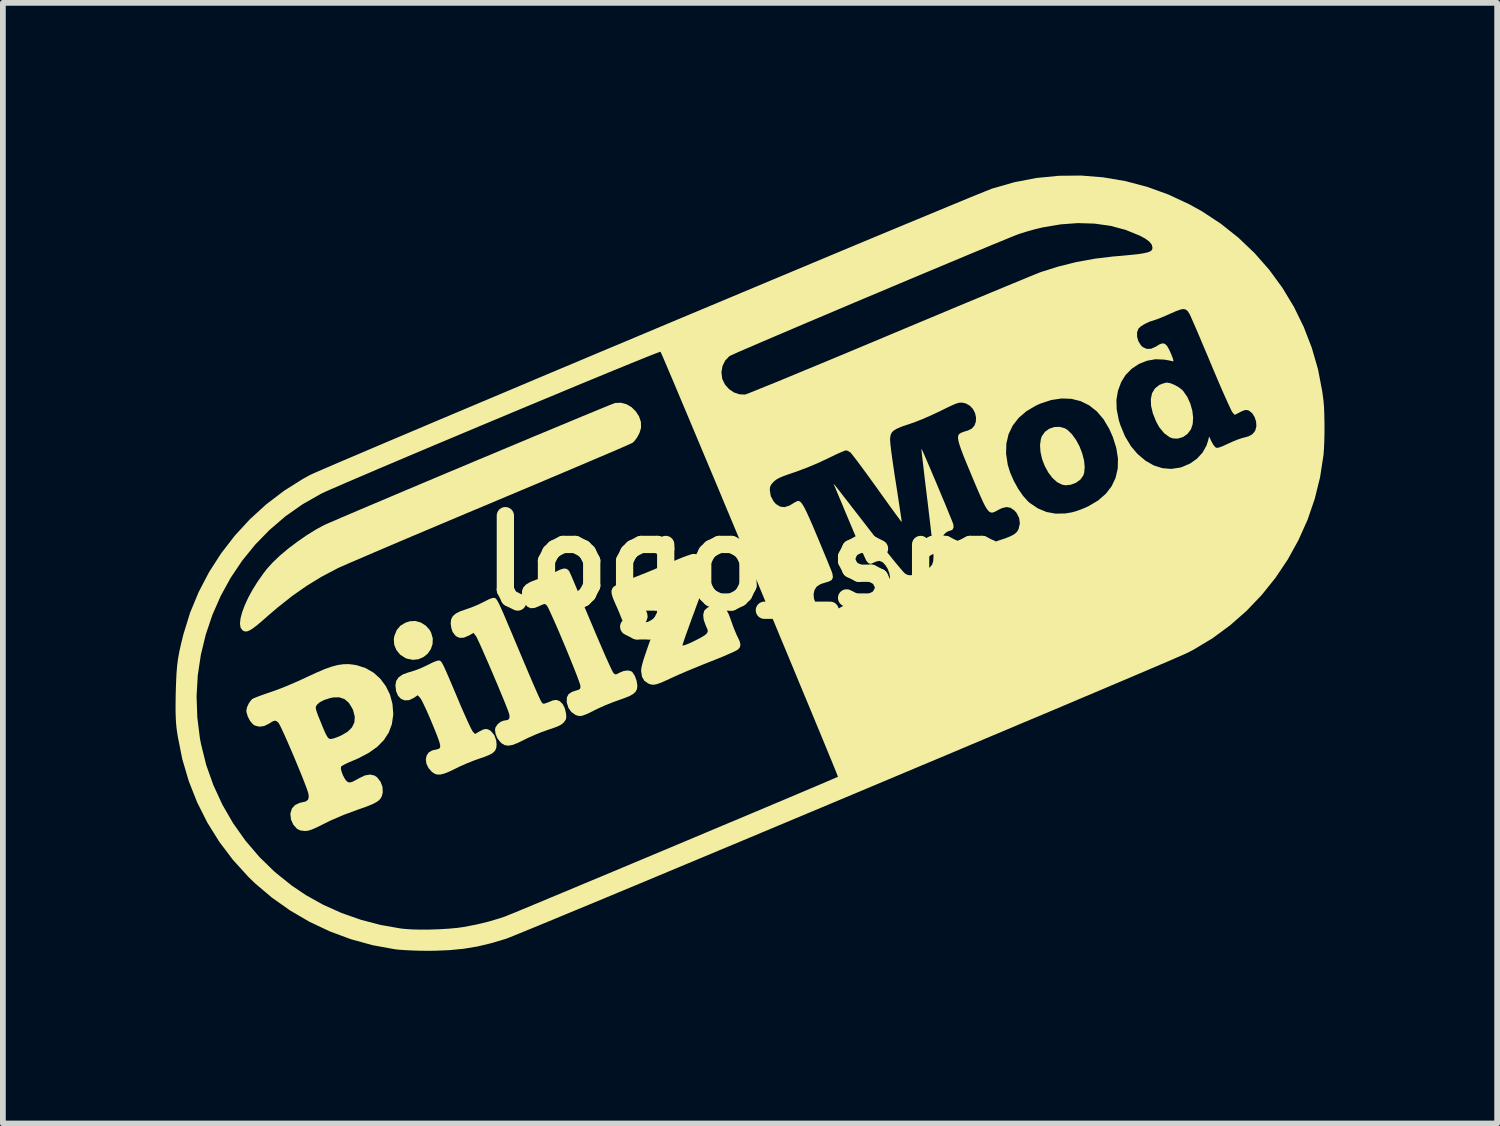
<source format=kicad_pcb>
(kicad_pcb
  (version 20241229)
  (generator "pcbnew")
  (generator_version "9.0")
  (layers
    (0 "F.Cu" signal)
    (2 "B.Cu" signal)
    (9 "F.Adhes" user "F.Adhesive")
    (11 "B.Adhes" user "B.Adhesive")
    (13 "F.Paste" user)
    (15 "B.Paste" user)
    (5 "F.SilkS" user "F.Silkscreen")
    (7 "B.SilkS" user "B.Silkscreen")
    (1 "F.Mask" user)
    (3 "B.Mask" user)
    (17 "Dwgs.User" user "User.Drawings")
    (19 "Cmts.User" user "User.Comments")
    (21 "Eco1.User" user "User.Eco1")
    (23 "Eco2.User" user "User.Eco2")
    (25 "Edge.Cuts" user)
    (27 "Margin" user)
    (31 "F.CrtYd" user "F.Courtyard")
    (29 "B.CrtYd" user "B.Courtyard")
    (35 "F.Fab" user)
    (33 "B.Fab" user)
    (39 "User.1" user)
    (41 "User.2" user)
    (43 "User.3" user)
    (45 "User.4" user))
  (footprint "logo_sm"
    (layer "F.Cu")
    (at 9.98 6.731)
    (property "Reference" "logo_sm" (at 0 0 0) (layer "F.SilkS") (effects (font (size 1.5 1.5) (thickness 0.3))))
    (attr board_only exclude_from_pos_files exclude_from_bom)
    (fp_poly (pts (xy -5.718 1.035) (xy -5.633 1.088) (xy -5.566 1.162) (xy -5.54 1.21) (xy -5.511 1.312) (xy -5.515 1.41) (xy -5.546 1.499) (xy -5.6 1.576) (xy -5.673 1.635) (xy -5.759 1.672) (xy -5.856 1.683) (xy -5.957 1.663) (xy -5.988 1.651) (xy -6.078 1.593) (xy -6.143 1.513) (xy -6.181 1.42) (xy -6.188 1.32) (xy -6.179 1.27) (xy -6.138 1.166) (xy -6.074 1.09) (xy -5.984 1.036) (xy -5.906 1.012) (xy -5.812 1.008)) (stroke (width 0) (type solid)) (fill yes) (layer "F.SilkS"))
    (fp_poly (pts (xy 5.468 -2.341) (xy 5.515 -2.313) (xy 5.595 -2.235) (xy 5.666 -2.136) (xy 5.727 -2.022) (xy 5.773 -1.901) (xy 5.804 -1.78) (xy 5.815 -1.666) (xy 5.806 -1.566) (xy 5.788 -1.515) (xy 5.738 -1.447) (xy 5.663 -1.394) (xy 5.575 -1.36) (xy 5.483 -1.35) (xy 5.424 -1.36) (xy 5.336 -1.404) (xy 5.255 -1.477) (xy 5.182 -1.573) (xy 5.121 -1.685) (xy 5.075 -1.805) (xy 5.047 -1.929) (xy 5.039 -2.047) (xy 5.054 -2.155) (xy 5.071 -2.203) (xy 5.124 -2.278) (xy 5.198 -2.332) (xy 5.286 -2.362) (xy 5.379 -2.365)) (stroke (width 0) (type solid)) (fill yes) (layer "F.SilkS"))
    (fp_poly (pts (xy 7.307 -3.122) (xy 7.38 -3.092) (xy 7.453 -3.05) (xy 7.512 -3.003) (xy 7.527 -2.987) (xy 7.598 -2.884) (xy 7.651 -2.767) (xy 7.685 -2.644) (xy 7.699 -2.523) (xy 7.691 -2.411) (xy 7.66 -2.32) (xy 7.601 -2.243) (xy 7.525 -2.189) (xy 7.439 -2.162) (xy 7.352 -2.163) (xy 7.292 -2.184) (xy 7.195 -2.255) (xy 7.11 -2.359) (xy 7.057 -2.455) (xy 6.999 -2.6) (xy 6.968 -2.732) (xy 6.964 -2.85) (xy 6.986 -2.951) (xy 7.035 -3.032) (xy 7.109 -3.091) (xy 7.125 -3.099) (xy 7.182 -3.12) (xy 7.233 -3.133) (xy 7.247 -3.134)) (stroke (width 0) (type solid)) (fill yes) (layer "F.SilkS"))
    (fp_poly (pts (xy -5.397 1.695) (xy -5.385 1.699) (xy -5.373 1.707) (xy -5.36 1.722) (xy -5.345 1.746) (xy -5.326 1.782) (xy -5.301 1.835) (xy -5.269 1.907) (xy -5.228 2.001) (xy -5.177 2.121) (xy -5.114 2.27) (xy -5.08 2.351) (xy -5.024 2.484) (xy -4.97 2.607) (xy -4.921 2.717) (xy -4.879 2.809) (xy -4.845 2.878) (xy -4.822 2.92) (xy -4.815 2.93) (xy -4.777 2.971) (xy -4.7 2.926) (xy -4.632 2.892) (xy -4.58 2.883) (xy -4.533 2.899) (xy -4.502 2.92) (xy -4.444 2.988) (xy -4.41 3.079) (xy -4.402 3.158) (xy -4.408 3.214) (xy -4.428 3.26) (xy -4.467 3.299) (xy -4.53 3.335) (xy -4.62 3.371) (xy -4.697 3.397) (xy -4.798 3.433) (xy -4.914 3.479) (xy -5.03 3.53) (xy -5.112 3.57) (xy -5.224 3.624) (xy -5.312 3.659) (xy -5.38 3.676) (xy -5.436 3.676) (xy -5.484 3.659) (xy -5.527 3.629) (xy -5.586 3.562) (xy -5.621 3.489) (xy -5.632 3.414) (xy -5.618 3.346) (xy -5.582 3.292) (xy -5.522 3.257) (xy -5.503 3.252) (xy -5.437 3.238) (xy -5.4 3.225) (xy -5.384 3.207) (xy -5.382 3.179) (xy -5.385 3.155) (xy -5.396 3.113) (xy -5.419 3.046) (xy -5.452 2.96) (xy -5.491 2.862) (xy -5.535 2.757) (xy -5.58 2.651) (xy -5.624 2.552) (xy -5.665 2.464) (xy -5.699 2.395) (xy -5.725 2.351) (xy -5.733 2.34) (xy -5.774 2.298) (xy -5.842 2.345) (xy -5.923 2.383) (xy -5.998 2.387) (xy -6.063 2.361) (xy -6.114 2.307) (xy -6.148 2.228) (xy -6.16 2.128) (xy -6.147 2.05) (xy -6.106 1.988) (xy -6.035 1.938) (xy -5.932 1.9) (xy -5.903 1.893) (xy -5.827 1.869) (xy -5.734 1.834) (xy -5.641 1.792) (xy -5.601 1.772) (xy -5.509 1.727) (xy -5.441 1.7) (xy -5.401 1.694)) (stroke (width 0) (type solid)) (fill yes) (layer "F.SilkS"))
    (fp_poly (pts (xy -4.437 0.607) (xy -4.426 0.612) (xy -4.416 0.619) (xy -4.404 0.633) (xy -4.39 0.654) (xy -4.372 0.687) (xy -4.349 0.733) (xy -4.321 0.795) (xy -4.285 0.875) (xy -4.242 0.976) (xy -4.189 1.101) (xy -4.125 1.252) (xy -4.05 1.431) (xy -3.967 1.628) (xy -3.901 1.784) (xy -3.839 1.931) (xy -3.781 2.066) (xy -3.73 2.183) (xy -3.687 2.281) (xy -3.653 2.355) (xy -3.63 2.401) (xy -3.622 2.416) (xy -3.608 2.434) (xy -3.595 2.444) (xy -3.576 2.444) (xy -3.544 2.435) (xy -3.491 2.415) (xy -3.423 2.387) (xy -3.361 2.379) (xy -3.302 2.402) (xy -3.252 2.454) (xy -3.215 2.53) (xy -3.195 2.621) (xy -3.191 2.68) (xy -3.2 2.72) (xy -3.225 2.758) (xy -3.232 2.767) (xy -3.26 2.793) (xy -3.297 2.818) (xy -3.351 2.843) (xy -3.429 2.872) (xy -3.511 2.899) (xy -3.62 2.938) (xy -3.738 2.986) (xy -3.849 3.035) (xy -3.926 3.073) (xy -4.039 3.128) (xy -4.128 3.162) (xy -4.2 3.174) (xy -4.259 3.165) (xy -4.311 3.136) (xy -4.339 3.11) (xy -4.389 3.045) (xy -4.42 2.97) (xy -4.43 2.898) (xy -4.422 2.858) (xy -4.386 2.803) (xy -4.332 2.759) (xy -4.272 2.737) (xy -4.257 2.736) (xy -4.204 2.726) (xy -4.179 2.696) (xy -4.179 2.642) (xy -4.191 2.601) (xy -4.212 2.544) (xy -4.243 2.464) (xy -4.284 2.363) (xy -4.332 2.248) (xy -4.384 2.122) (xy -4.44 1.99) (xy -4.497 1.856) (xy -4.553 1.726) (xy -4.607 1.604) (xy -4.655 1.494) (xy -4.697 1.401) (xy -4.73 1.33) (xy -4.752 1.285) (xy -4.759 1.273) (xy -4.803 1.214) (xy -4.881 1.259) (xy -4.969 1.297) (xy -5.045 1.301) (xy -5.11 1.271) (xy -5.161 1.207) (xy -5.17 1.189) (xy -5.189 1.13) (xy -5.199 1.061) (xy -5.2 1.045) (xy -5.191 0.977) (xy -5.162 0.922) (xy -5.109 0.877) (xy -5.028 0.837) (xy -4.936 0.806) (xy -4.839 0.772) (xy -4.732 0.728) (xy -4.637 0.682) (xy -4.625 0.676) (xy -4.54 0.633) (xy -4.481 0.61) (xy -4.443 0.606)) (stroke (width 0) (type solid)) (fill yes) (layer "F.SilkS"))
    (fp_poly (pts (xy -3.187 0.101) (xy -3.151 0.129) (xy -3.129 0.167) (xy -3.116 0.196) (xy -3.091 0.254) (xy -3.055 0.338) (xy -3.01 0.446) (xy -2.956 0.572) (xy -2.896 0.715) (xy -2.83 0.871) (xy -2.761 1.035) (xy -2.754 1.051) (xy -2.685 1.215) (xy -2.619 1.369) (xy -2.558 1.511) (xy -2.503 1.637) (xy -2.455 1.743) (xy -2.417 1.826) (xy -2.389 1.882) (xy -2.374 1.909) (xy -2.373 1.91) (xy -2.35 1.931) (xy -2.329 1.936) (xy -2.298 1.923) (xy -2.267 1.906) (xy -2.192 1.876) (xy -2.121 1.867) (xy -2.064 1.881) (xy -2.042 1.898) (xy -2 1.963) (xy -1.97 2.046) (xy -1.957 2.129) (xy -1.957 2.136) (xy -1.963 2.19) (xy -1.986 2.235) (xy -2.028 2.275) (xy -2.095 2.313) (xy -2.191 2.351) (xy -2.275 2.38) (xy -2.384 2.42) (xy -2.507 2.469) (xy -2.626 2.522) (xy -2.698 2.557) (xy -2.793 2.605) (xy -2.864 2.636) (xy -2.916 2.654) (xy -2.958 2.659) (xy -2.995 2.653) (xy -3.036 2.638) (xy -3.036 2.637) (xy -3.104 2.589) (xy -3.155 2.516) (xy -3.182 2.427) (xy -3.184 2.412) (xy -3.181 2.335) (xy -3.152 2.279) (xy -3.094 2.24) (xy -3.034 2.22) (xy -2.981 2.204) (xy -2.955 2.189) (xy -2.946 2.164) (xy -2.946 2.135) (xy -2.954 2.105) (xy -2.974 2.046) (xy -3.005 1.962) (xy -3.045 1.86) (xy -3.092 1.742) (xy -3.144 1.614) (xy -3.199 1.48) (xy -3.256 1.345) (xy -3.312 1.212) (xy -3.366 1.087) (xy -3.416 0.975) (xy -3.459 0.879) (xy -3.494 0.803) (xy -3.52 0.754) (xy -3.532 0.736) (xy -3.552 0.718) (xy -3.572 0.713) (xy -3.602 0.722) (xy -3.653 0.745) (xy -3.664 0.751) (xy -3.747 0.782) (xy -3.811 0.786) (xy -3.864 0.762) (xy -3.895 0.729) (xy -3.939 0.652) (xy -3.961 0.563) (xy -3.96 0.483) (xy -3.938 0.424) (xy -3.891 0.374) (xy -3.817 0.33) (xy -3.712 0.289) (xy -3.682 0.28) (xy -3.588 0.247) (xy -3.487 0.206) (xy -3.398 0.164) (xy -3.388 0.158) (xy -3.3 0.116) (xy -3.235 0.096)) (stroke (width 0) (type solid)) (fill yes) (layer "F.SilkS"))
    (fp_poly (pts (xy -2.145 -2.758) (xy -2.057 -2.706) (xy -1.983 -2.633) (xy -1.927 -2.546) (xy -1.895 -2.45) (xy -1.893 -2.349) (xy -1.895 -2.34) (xy -1.919 -2.261) (xy -1.961 -2.181) (xy -2.011 -2.115) (xy -2.043 -2.087) (xy -2.065 -2.076) (xy -2.119 -2.052) (xy -2.202 -2.015) (xy -2.313 -1.967) (xy -2.45 -1.908) (xy -2.611 -1.84) (xy -2.794 -1.762) (xy -2.997 -1.676) (xy -3.218 -1.582) (xy -3.455 -1.482) (xy -3.707 -1.375) (xy -3.971 -1.264) (xy -4.245 -1.149) (xy -4.52 -1.033) (xy -4.807 -0.913) (xy -5.087 -0.795) (xy -5.359 -0.68) (xy -5.62 -0.57) (xy -5.869 -0.465) (xy -6.103 -0.366) (xy -6.32 -0.273) (xy -6.517 -0.189) (xy -6.694 -0.113) (xy -6.848 -0.047) (xy -6.976 0.008) (xy -7.076 0.052) (xy -7.148 0.084) (xy -7.183 0.101) (xy -7.449 0.242) (xy -7.702 0.397) (xy -7.951 0.571) (xy -8.202 0.77) (xy -8.361 0.905) (xy -8.472 1.003) (xy -8.561 1.078) (xy -8.631 1.132) (xy -8.686 1.167) (xy -8.729 1.186) (xy -8.763 1.191) (xy -8.794 1.183) (xy -8.818 1.168) (xy -8.85 1.124) (xy -8.861 1.055) (xy -8.852 0.966) (xy -8.824 0.859) (xy -8.779 0.738) (xy -8.719 0.606) (xy -8.644 0.468) (xy -8.556 0.327) (xy -8.457 0.186) (xy -8.394 0.104) (xy -8.294 -0.007) (xy -8.168 -0.127) (xy -8.022 -0.25) (xy -7.863 -0.37) (xy -7.698 -0.484) (xy -7.535 -0.585) (xy -7.408 -0.653) (xy -7.373 -0.67) (xy -7.307 -0.699) (xy -7.213 -0.739) (xy -7.094 -0.791) (xy -6.951 -0.852) (xy -6.786 -0.922) (xy -6.603 -1) (xy -6.403 -1.084) (xy -6.189 -1.175) (xy -5.962 -1.271) (xy -5.725 -1.371) (xy -5.481 -1.474) (xy -5.231 -1.579) (xy -4.978 -1.685) (xy -4.724 -1.792) (xy -4.472 -1.897) (xy -4.223 -2.002) (xy -3.98 -2.103) (xy -3.745 -2.202) (xy -3.52 -2.295) (xy -3.309 -2.383) (xy -3.112 -2.465) (xy -2.932 -2.54) (xy -2.772 -2.606) (xy -2.634 -2.663) (xy -2.519 -2.71) (xy -2.431 -2.746) (xy -2.371 -2.769) (xy -2.342 -2.78) (xy -2.341 -2.78) (xy -2.242 -2.784)) (stroke (width 0) (type solid)) (fill yes) (layer "F.SilkS"))
    (fp_poly (pts (xy -0.903 -0.15) (xy -0.831 -0.108) (xy -0.775 -0.036) (xy -0.769 -0.025) (xy -0.752 0.013) (xy -0.741 0.051) (xy -0.736 0.092) (xy -0.738 0.141) (xy -0.748 0.201) (xy -0.768 0.276) (xy -0.796 0.369) (xy -0.836 0.484) (xy -0.886 0.626) (xy -0.949 0.797) (xy -0.958 0.823) (xy -1.01 0.962) (xy -1.056 1.09) (xy -1.097 1.204) (xy -1.131 1.299) (xy -1.155 1.371) (xy -1.17 1.417) (xy -1.174 1.432) (xy -1.156 1.433) (xy -1.113 1.42) (xy -1.054 1.396) (xy -0.986 1.364) (xy -0.915 1.329) (xy -0.849 1.294) (xy -0.796 1.262) (xy -0.762 1.237) (xy -0.757 1.231) (xy -0.739 1.204) (xy -0.733 1.181) (xy -0.741 1.149) (xy -0.763 1.099) (xy -0.769 1.086) (xy -0.804 0.987) (xy -0.813 0.901) (xy -0.796 0.833) (xy -0.789 0.822) (xy -0.739 0.776) (xy -0.666 0.742) (xy -0.585 0.725) (xy -0.565 0.725) (xy -0.504 0.734) (xy -0.452 0.764) (xy -0.407 0.818) (xy -0.365 0.901) (xy -0.325 1.01) (xy -0.294 1.098) (xy -0.259 1.186) (xy -0.228 1.259) (xy -0.215 1.284) (xy -0.179 1.361) (xy -0.166 1.418) (xy -0.175 1.463) (xy -0.206 1.501) (xy -0.234 1.519) (xy -0.291 1.547) (xy -0.372 1.583) (xy -0.471 1.626) (xy -0.584 1.672) (xy -0.683 1.711) (xy -0.819 1.765) (xy -0.96 1.823) (xy -1.098 1.88) (xy -1.224 1.934) (xy -1.329 1.981) (xy -1.37 2) (xy -1.478 2.05) (xy -1.56 2.085) (xy -1.622 2.106) (xy -1.67 2.115) (xy -1.71 2.113) (xy -1.75 2.102) (xy -1.767 2.094) (xy -1.835 2.047) (xy -1.876 1.977) (xy -1.891 1.881) (xy -1.891 1.866) (xy -1.888 1.833) (xy -1.88 1.791) (xy -1.866 1.736) (xy -1.845 1.665) (xy -1.815 1.575) (xy -1.776 1.461) (xy -1.726 1.321) (xy -1.664 1.151) (xy -1.66 1.141) (xy -1.608 0.999) (xy -1.56 0.867) (xy -1.518 0.75) (xy -1.482 0.651) (xy -1.455 0.574) (xy -1.438 0.524) (xy -1.431 0.504) (xy -1.431 0.503) (xy -1.446 0.503) (xy -1.486 0.516) (xy -1.544 0.538) (xy -1.612 0.566) (xy -1.683 0.597) (xy -1.748 0.628) (xy -1.802 0.655) (xy -1.836 0.676) (xy -1.843 0.682) (xy -1.853 0.706) (xy -1.846 0.74) (xy -1.821 0.792) (xy -1.82 0.795) (xy -1.786 0.874) (xy -1.778 0.94) (xy -1.797 1.002) (xy -1.811 1.027) (xy -1.873 1.1) (xy -1.955 1.142) (xy -2.01 1.154) (xy -2.058 1.157) (xy -2.094 1.146) (xy -2.133 1.114) (xy -2.143 1.103) (xy -2.187 1.047) (xy -2.225 0.979) (xy -2.237 0.951) (xy -2.26 0.892) (xy -2.292 0.814) (xy -2.329 0.732) (xy -2.339 0.709) (xy -2.381 0.611) (xy -2.403 0.537) (xy -2.406 0.482) (xy -2.39 0.438) (xy -2.366 0.411) (xy -2.336 0.392) (xy -2.277 0.363) (xy -2.198 0.328) (xy -2.103 0.288) (xy -1.999 0.246) (xy -1.867 0.194) (xy -1.719 0.134) (xy -1.568 0.071) (xy -1.429 0.012) (xy -1.368 -0.014) (xy -1.265 -0.059) (xy -1.169 -0.098) (xy -1.085 -0.129) (xy -1.022 -0.15) (xy -0.988 -0.158)) (stroke (width 0) (type solid)) (fill yes) (layer "F.SilkS"))
    (fp_poly (pts (xy -6.878 1.768) (xy -6.826 1.778) (xy -6.674 1.828) (xy -6.538 1.907) (xy -6.421 2.013) (xy -6.326 2.141) (xy -6.255 2.286) (xy -6.212 2.446) (xy -6.198 2.615) (xy -6.199 2.643) (xy -6.222 2.802) (xy -6.276 2.946) (xy -6.361 3.077) (xy -6.477 3.195) (xy -6.627 3.301) (xy -6.811 3.397) (xy -6.898 3.434) (xy -6.976 3.467) (xy -7.042 3.499) (xy -7.087 3.524) (xy -7.105 3.539) (xy -7.108 3.574) (xy -7.095 3.627) (xy -7.072 3.688) (xy -7.042 3.745) (xy -7.011 3.787) (xy -7.006 3.791) (xy -6.978 3.81) (xy -6.946 3.813) (xy -6.903 3.8) (xy -6.843 3.769) (xy -6.791 3.739) (xy -6.69 3.691) (xy -6.6 3.676) (xy -6.523 3.693) (xy -6.479 3.723) (xy -6.419 3.8) (xy -6.385 3.89) (xy -6.38 3.984) (xy -6.394 4.046) (xy -6.414 4.086) (xy -6.445 4.122) (xy -6.491 4.155) (xy -6.556 4.189) (xy -6.645 4.226) (xy -6.763 4.268) (xy -6.82 4.288) (xy -7.061 4.377) (xy -7.29 4.476) (xy -7.387 4.524) (xy -7.49 4.576) (xy -7.568 4.612) (xy -7.627 4.636) (xy -7.673 4.65) (xy -7.713 4.655) (xy -7.733 4.656) (xy -7.812 4.647) (xy -7.869 4.619) (xy -7.87 4.618) (xy -7.934 4.547) (xy -7.974 4.458) (xy -7.985 4.364) (xy -7.984 4.35) (xy -7.959 4.267) (xy -7.905 4.206) (xy -7.825 4.168) (xy -7.785 4.159) (xy -7.717 4.143) (xy -7.679 4.114) (xy -7.666 4.067) (xy -7.67 4.017) (xy -7.68 3.98) (xy -7.702 3.915) (xy -7.735 3.828) (xy -7.776 3.723) (xy -7.824 3.605) (xy -7.876 3.479) (xy -7.929 3.351) (xy -7.984 3.224) (xy -8.036 3.104) (xy -8.084 2.996) (xy -8.126 2.904) (xy -8.16 2.833) (xy -8.184 2.789) (xy -8.192 2.777) (xy -8.224 2.748) (xy -8.254 2.739) (xy -8.291 2.751) (xy -8.345 2.784) (xy -8.354 2.79) (xy -8.441 2.833) (xy -8.526 2.844) (xy -8.603 2.824) (xy -8.633 2.805) (xy -8.682 2.749) (xy -8.723 2.674) (xy -8.747 2.596) (xy -8.75 2.564) (xy -8.74 2.513) (xy -7.544 2.513) (xy -7.541 2.542) (xy -7.528 2.584) (xy -7.505 2.648) (xy -7.469 2.737) (xy -7.464 2.748) (xy -7.419 2.86) (xy -7.384 2.942) (xy -7.356 2.998) (xy -7.333 3.034) (xy -7.312 3.052) (xy -7.29 3.058) (xy -7.264 3.055) (xy -7.26 3.054) (xy -7.212 3.041) (xy -7.149 3.017) (xy -7.103 2.997) (xy -6.992 2.933) (xy -6.916 2.858) (xy -6.874 2.772) (xy -6.866 2.674) (xy -6.893 2.565) (xy -6.91 2.526) (xy -6.97 2.429) (xy -7.045 2.365) (xy -7.135 2.334) (xy -7.241 2.336) (xy -7.29 2.346) (xy -7.395 2.379) (xy -7.47 2.416) (xy -7.519 2.459) (xy -7.529 2.472) (xy -7.54 2.492) (xy -7.544 2.513) (xy -8.74 2.513) (xy -8.738 2.506) (xy -8.708 2.44) (xy -8.667 2.383) (xy -8.644 2.361) (xy -8.617 2.348) (xy -8.563 2.326) (xy -8.487 2.298) (xy -8.396 2.266) (xy -8.334 2.245) (xy -8.202 2.198) (xy -8.05 2.138) (xy -7.889 2.069) (xy -7.732 1.998) (xy -7.7 1.982) (xy -7.532 1.905) (xy -7.39 1.844) (xy -7.268 1.801) (xy -7.162 1.773) (xy -7.064 1.759) (xy -6.972 1.757)) (stroke (width 0) (type solid)) (fill yes) (layer "F.SilkS"))
    (fp_poly (pts (xy 6.138 -6.7) (xy 6.521 -6.635) (xy 6.899 -6.535) (xy 7.268 -6.402) (xy 7.628 -6.234) (xy 7.854 -6.109) (xy 8.182 -5.893) (xy 8.486 -5.651) (xy 8.767 -5.383) (xy 9.022 -5.093) (xy 9.25 -4.781) (xy 9.45 -4.45) (xy 9.62 -4.102) (xy 9.76 -3.74) (xy 9.869 -3.364) (xy 9.943 -2.977) (xy 9.964 -2.817) (xy 9.973 -2.71) (xy 9.978 -2.576) (xy 9.981 -2.426) (xy 9.981 -2.271) (xy 9.978 -2.12) (xy 9.972 -1.984) (xy 9.964 -1.873) (xy 9.963 -1.87) (xy 9.904 -1.487) (xy 9.811 -1.112) (xy 9.686 -0.748) (xy 9.529 -0.398) (xy 9.344 -0.062) (xy 9.131 0.256) (xy 8.892 0.554) (xy 8.628 0.831) (xy 8.341 1.083) (xy 8.033 1.31) (xy 7.704 1.507) (xy 7.614 1.554) (xy 7.577 1.572) (xy 7.509 1.602) (xy 7.41 1.645) (xy 7.282 1.701) (xy 7.127 1.767) (xy 6.946 1.844) (xy 6.74 1.932) (xy 6.512 2.029) (xy 6.263 2.134) (xy 5.993 2.249) (xy 5.706 2.37) (xy 5.402 2.499) (xy 5.082 2.634) (xy 4.748 2.774) (xy 4.402 2.92) (xy 4.046 3.07) (xy 3.68 3.224) (xy 3.306 3.382) (xy 2.926 3.541) (xy 2.541 3.703) (xy 2.153 3.866) (xy 1.763 4.03) (xy 1.372 4.194) (xy 0.983 4.357) (xy 0.597 4.519) (xy 0.215 4.679) (xy -0.162 4.837) (xy -0.531 4.991) (xy -0.892 5.142) (xy -1.242 5.288) (xy -1.581 5.43) (xy -1.907 5.566) (xy -2.217 5.695) (xy -2.512 5.818) (xy -2.789 5.933) (xy -3.047 6.04) (xy -3.284 6.138) (xy -3.498 6.227) (xy -3.69 6.306) (xy -3.855 6.374) (xy -3.995 6.431) (xy -4.105 6.476) (xy -4.187 6.509) (xy -4.237 6.528) (xy -4.249 6.532) (xy -4.497 6.606) (xy -4.735 6.663) (xy -4.971 6.702) (xy -5.216 6.726) (xy -5.48 6.737) (xy -5.622 6.738) (xy -5.748 6.736) (xy -5.876 6.732) (xy -5.996 6.726) (xy -6.098 6.719) (xy -6.169 6.711) (xy -6.554 6.641) (xy -6.932 6.537) (xy -7.299 6.401) (xy -7.653 6.234) (xy -7.99 6.037) (xy -8.307 5.813) (xy -8.602 5.563) (xy -8.714 5.454) (xy -8.982 5.159) (xy -9.22 4.844) (xy -9.428 4.51) (xy -9.605 4.158) (xy -9.75 3.791) (xy -9.863 3.408) (xy -9.942 3.012) (xy -9.959 2.899) (xy -9.969 2.81) (xy -9.975 2.716) (xy -9.979 2.609) (xy -9.98 2.482) (xy -9.978 2.328) (xy -9.978 2.315) (xy -9.615 2.315) (xy -9.602 2.683) (xy -9.556 3.052) (xy -9.537 3.148) (xy -9.447 3.511) (xy -9.322 3.862) (xy -9.166 4.2) (xy -8.98 4.522) (xy -8.765 4.825) (xy -8.523 5.108) (xy -8.256 5.368) (xy -7.965 5.602) (xy -7.715 5.771) (xy -7.417 5.937) (xy -7.096 6.081) (xy -6.76 6.199) (xy -6.417 6.289) (xy -6.075 6.349) (xy -6.006 6.357) (xy -5.88 6.366) (xy -5.73 6.37) (xy -5.564 6.369) (xy -5.393 6.363) (xy -5.228 6.353) (xy -5.079 6.339) (xy -4.973 6.324) (xy -4.751 6.281) (xy -4.536 6.229) (xy -4.341 6.171) (xy -4.26 6.143) (xy -4.227 6.13) (xy -4.163 6.104) (xy -4.071 6.067) (xy -3.953 6.018) (xy -3.811 5.959) (xy -3.646 5.89) (xy -3.462 5.813) (xy -3.26 5.729) (xy -3.042 5.638) (xy -2.811 5.541) (xy -2.568 5.44) (xy -2.315 5.334) (xy -2.055 5.225) (xy -1.79 5.114) (xy -1.521 5.001) (xy -1.251 4.888) (xy -0.982 4.775) (xy -0.716 4.663) (xy -0.455 4.553) (xy -0.202 4.447) (xy 0.043 4.344) (xy 0.276 4.246) (xy 0.496 4.153) (xy 0.7 4.067) (xy 0.887 3.988) (xy 1.054 3.917) (xy 1.199 3.856) (xy 1.32 3.804) (xy 1.416 3.763) (xy 1.483 3.734) (xy 1.521 3.718) (xy 1.528 3.714) (xy 1.522 3.697) (xy 1.503 3.648) (xy 1.471 3.569) (xy 1.428 3.463) (xy 1.373 3.33) (xy 1.309 3.174) (xy 1.235 2.994) (xy 1.152 2.795) (xy 1.062 2.576) (xy 0.964 2.341) (xy 0.86 2.091) (xy 0.751 1.827) (xy 0.637 1.553) (xy 0.518 1.268) (xy 0.397 0.976) (xy 0.272 0.679) (xy 0.147 0.377) (xy 0.02 0.073) (xy -0.107 -0.231) (xy -0.234 -0.534) (xy -0.359 -0.833) (xy -0.482 -1.127) (xy -0.541 -1.27) (xy 0.344 -1.27) (xy 0.361 -1.162) (xy 0.411 -1.069) (xy 0.451 -1.024) (xy 0.522 -0.98) (xy 0.599 -0.97) (xy 0.683 -0.996) (xy 0.718 -1.016) (xy 0.767 -1.047) (xy 0.809 -1.069) (xy 0.82 -1.074) (xy 0.841 -1.078) (xy 0.863 -1.071) (xy 0.887 -1.051) (xy 0.914 -1.015) (xy 0.946 -0.96) (xy 0.984 -0.883) (xy 1.031 -0.781) (xy 1.087 -0.653) (xy 1.154 -0.494) (xy 1.179 -0.435) (xy 1.236 -0.298) (xy 1.289 -0.17) (xy 1.337 -0.055) (xy 1.376 0.042) (xy 1.407 0.118) (xy 1.426 0.168) (xy 1.432 0.185) (xy 1.441 0.25) (xy 1.421 0.294) (xy 1.369 0.323) (xy 1.352 0.328) (xy 1.291 0.346) (xy 1.236 0.364) (xy 1.227 0.367) (xy 1.163 0.407) (xy 1.122 0.467) (xy 1.105 0.539) (xy 1.111 0.617) (xy 1.138 0.693) (xy 1.187 0.762) (xy 1.255 0.815) (xy 1.277 0.826) (xy 1.345 0.847) (xy 1.41 0.845) (xy 1.483 0.818) (xy 1.524 0.797) (xy 1.72 0.693) (xy 1.907 0.609) (xy 2.078 0.547) (xy 2.126 0.533) (xy 2.239 0.497) (xy 2.321 0.46) (xy 2.377 0.418) (xy 2.412 0.368) (xy 2.427 0.328) (xy 2.434 0.256) (xy 2.421 0.177) (xy 2.392 0.101) (xy 2.351 0.035) (xy 2.304 -0.014) (xy 2.253 -0.035) (xy 2.244 -0.036) (xy 2.195 -0.026) (xy 2.156 -0.009) (xy 2.102 0.014) (xy 2.062 0.007) (xy 2.027 -0.031) (xy 2.016 -0.05) (xy 2.001 -0.082) (xy 1.973 -0.143) (xy 1.935 -0.23) (xy 1.889 -0.337) (xy 1.837 -0.46) (xy 1.779 -0.596) (xy 1.721 -0.734) (xy 1.662 -0.874) (xy 1.608 -1.005) (xy 1.559 -1.121) (xy 1.518 -1.219) (xy 1.486 -1.296) (xy 1.464 -1.346) (xy 1.455 -1.368) (xy 1.455 -1.368) (xy 1.453 -1.373) (xy 1.454 -1.374) (xy 1.46 -1.368) (xy 1.472 -1.354) (xy 1.493 -1.328) (xy 1.524 -1.289) (xy 1.566 -1.236) (xy 1.621 -1.164) (xy 1.692 -1.074) (xy 1.778 -0.962) (xy 1.883 -0.827) (xy 2.008 -0.666) (xy 2.068 -0.588) (xy 2.184 -0.439) (xy 2.293 -0.3) (xy 2.394 -0.173) (xy 2.484 -0.061) (xy 2.561 0.033) (xy 2.623 0.107) (xy 2.668 0.158) (xy 2.694 0.184) (xy 2.696 0.186) (xy 2.736 0.206) (xy 2.774 0.214) (xy 2.818 0.21) (xy 2.876 0.193) (xy 2.958 0.161) (xy 2.979 0.152) (xy 3.069 0.111) (xy 3.129 0.072) (xy 3.165 0.027) (xy 3.183 -0.03) (xy 3.188 -0.108) (xy 3.188 -0.121) (xy 3.186 -0.16) (xy 3.18 -0.231) (xy 3.17 -0.33) (xy 3.157 -0.453) (xy 3.141 -0.595) (xy 3.122 -0.754) (xy 3.102 -0.924) (xy 3.081 -1.102) (xy 3.08 -1.104) (xy 3.059 -1.278) (xy 3.039 -1.441) (xy 3.022 -1.589) (xy 3.007 -1.719) (xy 2.994 -1.827) (xy 2.985 -1.91) (xy 2.98 -1.965) (xy 2.978 -1.987) (xy 2.978 -1.988) (xy 2.986 -1.973) (xy 3.006 -1.929) (xy 3.036 -1.861) (xy 3.075 -1.771) (xy 3.12 -1.666) (xy 3.17 -1.548) (xy 3.223 -1.424) (xy 3.277 -1.295) (xy 3.33 -1.168) (xy 3.381 -1.047) (xy 3.427 -0.935) (xy 3.467 -0.836) (xy 3.5 -0.757) (xy 3.522 -0.7) (xy 3.533 -0.67) (xy 3.533 -0.669) (xy 3.537 -0.616) (xy 3.517 -0.577) (xy 3.48 -0.562) (xy 3.443 -0.551) (xy 3.4 -0.525) (xy 3.399 -0.524) (xy 3.366 -0.489) (xy 3.353 -0.445) (xy 3.352 -0.411) (xy 3.367 -0.309) (xy 3.409 -0.219) (xy 3.472 -0.15) (xy 3.552 -0.106) (xy 3.583 -0.097) (xy 3.613 -0.095) (xy 3.646 -0.099) (xy 3.687 -0.112) (xy 3.744 -0.137) (xy 3.823 -0.177) (xy 3.876 -0.204) (xy 3.991 -0.26) (xy 4.116 -0.314) (xy 4.237 -0.362) (xy 4.313 -0.388) (xy 4.432 -0.427) (xy 4.52 -0.462) (xy 4.584 -0.495) (xy 4.627 -0.529) (xy 4.656 -0.568) (xy 4.666 -0.589) (xy 4.689 -0.686) (xy 4.676 -0.782) (xy 4.631 -0.87) (xy 4.591 -0.915) (xy 4.527 -0.959) (xy 4.459 -0.972) (xy 4.382 -0.955) (xy 4.319 -0.925) (xy 4.277 -0.901) (xy 4.241 -0.884) (xy 4.21 -0.875) (xy 4.181 -0.878) (xy 4.153 -0.895) (xy 4.123 -0.928) (xy 4.09 -0.98) (xy 4.052 -1.054) (xy 4.008 -1.151) (xy 3.954 -1.275) (xy 3.889 -1.428) (xy 3.831 -1.567) (xy 3.762 -1.733) (xy 3.707 -1.868) (xy 3.696 -1.898) (xy 4.449 -1.898) (xy 4.478 -1.709) (xy 4.479 -1.703) (xy 4.522 -1.566) (xy 4.584 -1.425) (xy 4.659 -1.29) (xy 4.742 -1.169) (xy 4.828 -1.072) (xy 4.86 -1.044) (xy 5.002 -0.948) (xy 5.151 -0.886) (xy 5.31 -0.857) (xy 5.482 -0.861) (xy 5.589 -0.879) (xy 5.663 -0.899) (xy 5.753 -0.931) (xy 5.846 -0.97) (xy 5.885 -0.989) (xy 6.049 -1.086) (xy 6.182 -1.202) (xy 6.283 -1.333) (xy 6.352 -1.48) (xy 6.389 -1.641) (xy 6.393 -1.814) (xy 6.364 -1.999) (xy 6.302 -2.194) (xy 6.241 -2.331) (xy 6.142 -2.498) (xy 6.025 -2.635) (xy 5.892 -2.739) (xy 5.744 -2.812) (xy 5.655 -2.834) (xy 6.366 -2.834) (xy 6.371 -2.667) (xy 6.407 -2.486) (xy 6.433 -2.4) (xy 6.516 -2.199) (xy 6.621 -2.026) (xy 6.732 -1.895) (xy 6.871 -1.777) (xy 7.015 -1.695) (xy 7.165 -1.647) (xy 7.318 -1.634) (xy 7.474 -1.658) (xy 7.505 -1.667) (xy 7.645 -1.727) (xy 7.766 -1.812) (xy 7.863 -1.918) (xy 7.932 -2.041) (xy 7.962 -2.136) (xy 7.976 -2.198) (xy 8.02 -2.106) (xy 8.052 -2.05) (xy 8.084 -2.012) (xy 8.101 -2.001) (xy 8.139 -2.003) (xy 8.205 -2.026) (xy 8.3 -2.07) (xy 8.305 -2.072) (xy 8.388 -2.11) (xy 8.472 -2.144) (xy 8.543 -2.168) (xy 8.57 -2.175) (xy 8.659 -2.199) (xy 8.72 -2.231) (xy 8.762 -2.275) (xy 8.779 -2.303) (xy 8.798 -2.374) (xy 8.793 -2.454) (xy 8.768 -2.533) (xy 8.727 -2.6) (xy 8.672 -2.645) (xy 8.656 -2.652) (xy 8.619 -2.659) (xy 8.577 -2.65) (xy 8.518 -2.623) (xy 8.515 -2.621) (xy 8.422 -2.573) (xy 8.383 -2.616) (xy 8.368 -2.641) (xy 8.341 -2.697) (xy 8.303 -2.778) (xy 8.256 -2.883) (xy 8.201 -3.007) (xy 8.14 -3.148) (xy 8.075 -3.301) (xy 8.008 -3.461) (xy 7.94 -3.623) (xy 7.874 -3.778) (xy 7.814 -3.921) (xy 7.76 -4.048) (xy 7.713 -4.155) (xy 7.676 -4.24) (xy 7.65 -4.299) (xy 7.636 -4.327) (xy 7.606 -4.374) (xy 7.573 -4.402) (xy 7.532 -4.412) (xy 7.478 -4.403) (xy 7.403 -4.376) (xy 7.308 -4.334) (xy 7.222 -4.296) (xy 7.139 -4.261) (xy 7.07 -4.234) (xy 7.03 -4.221) (xy 6.944 -4.193) (xy 6.863 -4.155) (xy 6.795 -4.114) (xy 6.752 -4.076) (xy 6.75 -4.073) (xy 6.725 -4.008) (xy 6.725 -3.931) (xy 6.748 -3.852) (xy 6.791 -3.783) (xy 6.821 -3.753) (xy 6.891 -3.72) (xy 6.967 -3.721) (xy 7.046 -3.756) (xy 7.05 -3.758) (xy 7.116 -3.799) (xy 7.167 -3.816) (xy 7.209 -3.807) (xy 7.246 -3.771) (xy 7.284 -3.704) (xy 7.319 -3.625) (xy 7.345 -3.558) (xy 7.356 -3.518) (xy 7.353 -3.503) (xy 7.345 -3.504) (xy 7.314 -3.512) (xy 7.258 -3.523) (xy 7.199 -3.533) (xy 7.047 -3.54) (xy 6.898 -3.514) (xy 6.758 -3.458) (xy 6.633 -3.375) (xy 6.527 -3.268) (xy 6.45 -3.145) (xy 6.393 -2.992) (xy 6.366 -2.834) (xy 5.655 -2.834) (xy 5.584 -2.852) (xy 5.413 -2.858) (xy 5.233 -2.831) (xy 5.045 -2.769) (xy 4.969 -2.735) (xy 4.803 -2.637) (xy 4.668 -2.521) (xy 4.565 -2.388) (xy 4.493 -2.239) (xy 4.454 -2.075) (xy 4.449 -1.898) (xy 3.696 -1.898) (xy 3.666 -1.977) (xy 3.637 -2.063) (xy 3.62 -2.129) (xy 3.614 -2.177) (xy 3.618 -2.212) (xy 3.631 -2.237) (xy 3.653 -2.254) (xy 3.66 -2.258) (xy 3.706 -2.277) (xy 3.767 -2.296) (xy 3.783 -2.3) (xy 3.853 -2.334) (xy 3.9 -2.388) (xy 3.924 -2.455) (xy 3.927 -2.53) (xy 3.91 -2.605) (xy 3.874 -2.675) (xy 3.82 -2.732) (xy 3.749 -2.772) (xy 3.693 -2.785) (xy 3.662 -2.786) (xy 3.63 -2.783) (xy 3.591 -2.772) (xy 3.54 -2.752) (xy 3.471 -2.721) (xy 3.378 -2.676) (xy 3.306 -2.64) (xy 3.151 -2.567) (xy 2.995 -2.499) (xy 2.85 -2.442) (xy 2.76 -2.411) (xy 2.646 -2.373) (xy 2.563 -2.339) (xy 2.505 -2.307) (xy 2.468 -2.273) (xy 2.446 -2.232) (xy 2.436 -2.182) (xy 2.434 -2.161) (xy 2.435 -2.121) (xy 2.441 -2.049) (xy 2.453 -1.948) (xy 2.47 -1.823) (xy 2.491 -1.677) (xy 2.515 -1.513) (xy 2.534 -1.395) (xy 2.558 -1.243) (xy 2.579 -1.102) (xy 2.598 -0.977) (xy 2.614 -0.872) (xy 2.626 -0.789) (xy 2.634 -0.735) (xy 2.636 -0.711) (xy 2.636 -0.71) (xy 2.625 -0.724) (xy 2.595 -0.763) (xy 2.549 -0.826) (xy 2.488 -0.909) (xy 2.415 -1.009) (xy 2.333 -1.124) (xy 2.243 -1.249) (xy 2.21 -1.296) (xy 2.116 -1.426) (xy 2.027 -1.549) (xy 1.946 -1.659) (xy 1.875 -1.755) (xy 1.816 -1.832) (xy 1.772 -1.888) (xy 1.747 -1.918) (xy 1.743 -1.921) (xy 1.701 -1.947) (xy 1.666 -1.957) (xy 1.641 -1.949) (xy 1.588 -1.927) (xy 1.515 -1.895) (xy 1.428 -1.853) (xy 1.347 -1.814) (xy 1.169 -1.731) (xy 0.979 -1.652) (xy 0.797 -1.584) (xy 0.77 -1.575) (xy 0.658 -1.537) (xy 0.574 -1.506) (xy 0.513 -1.48) (xy 0.468 -1.456) (xy 0.434 -1.431) (xy 0.412 -1.412) (xy 0.37 -1.365) (xy 0.35 -1.324) (xy 0.344 -1.273) (xy 0.344 -1.27) (xy -0.541 -1.27) (xy -0.602 -1.415) (xy -0.719 -1.693) (xy -0.831 -1.96) (xy -0.938 -2.215) (xy -1.039 -2.456) (xy -1.133 -2.68) (xy -1.22 -2.886) (xy -1.298 -3.072) (xy -1.368 -3.237) (xy -1.401 -3.314) (xy -0.496 -3.314) (xy -0.483 -3.205) (xy -0.481 -3.197) (xy -0.436 -3.102) (xy -0.366 -3.023) (xy -0.279 -2.963) (xy -0.182 -2.93) (xy -0.087 -2.926) (xy -0.063 -2.934) (xy -0.008 -2.955) (xy 0.078 -2.989) (xy 0.191 -3.035) (xy 0.329 -3.091) (xy 0.492 -3.157) (xy 0.676 -3.233) (xy 0.88 -3.318) (xy 1.103 -3.41) (xy 1.341 -3.509) (xy 1.594 -3.614) (xy 1.859 -3.725) (xy 2.134 -3.84) (xy 2.418 -3.959) (xy 2.422 -3.961) (xy 2.708 -4.081) (xy 2.988 -4.198) (xy 3.259 -4.311) (xy 3.518 -4.42) (xy 3.765 -4.523) (xy 3.997 -4.619) (xy 4.211 -4.708) (xy 4.406 -4.789) (xy 4.58 -4.861) (xy 4.731 -4.923) (xy 4.856 -4.975) (xy 4.954 -5.015) (xy 5.022 -5.042) (xy 5.058 -5.056) (xy 5.353 -5.149) (xy 5.669 -5.228) (xy 5.993 -5.287) (xy 6.31 -5.325) (xy 6.324 -5.326) (xy 6.499 -5.341) (xy 6.641 -5.355) (xy 6.754 -5.367) (xy 6.84 -5.381) (xy 6.903 -5.395) (xy 6.947 -5.41) (xy 6.974 -5.428) (xy 6.988 -5.449) (xy 6.993 -5.475) (xy 6.993 -5.478) (xy 6.979 -5.532) (xy 6.936 -5.585) (xy 6.862 -5.639) (xy 6.77 -5.688) (xy 6.526 -5.787) (xy 6.264 -5.857) (xy 5.987 -5.896) (xy 5.697 -5.905) (xy 5.397 -5.883) (xy 5.089 -5.831) (xy 4.982 -5.806) (xy 4.889 -5.781) (xy 4.79 -5.753) (xy 4.705 -5.726) (xy 4.683 -5.719) (xy 4.642 -5.704) (xy 4.571 -5.676) (xy 4.473 -5.636) (xy 4.349 -5.585) (xy 4.202 -5.525) (xy 4.035 -5.455) (xy 3.848 -5.378) (xy 3.646 -5.293) (xy 3.43 -5.203) (xy 3.201 -5.107) (xy 2.964 -5.008) (xy 2.719 -4.905) (xy 2.469 -4.8) (xy 2.216 -4.693) (xy 1.963 -4.587) (xy 1.712 -4.481) (xy 1.465 -4.376) (xy 1.224 -4.274) (xy 0.992 -4.176) (xy 0.771 -4.082) (xy 0.563 -3.993) (xy 0.37 -3.911) (xy 0.195 -3.836) (xy 0.04 -3.769) (xy -0.093 -3.712) (xy -0.202 -3.665) (xy -0.284 -3.628) (xy -0.336 -3.604) (xy -0.358 -3.593) (xy -0.431 -3.517) (xy -0.478 -3.421) (xy -0.496 -3.314) (xy -1.401 -3.314) (xy -1.428 -3.378) (xy -1.477 -3.493) (xy -1.515 -3.582) (xy -1.541 -3.641) (xy -1.554 -3.669) (xy -1.555 -3.67) (xy -1.572 -3.665) (xy -1.621 -3.647) (xy -1.7 -3.617) (xy -1.805 -3.575) (xy -1.935 -3.522) (xy -2.089 -3.46) (xy -2.264 -3.388) (xy -2.458 -3.309) (xy -2.668 -3.222) (xy -2.894 -3.129) (xy -3.132 -3.03) (xy -3.381 -2.926) (xy -3.639 -2.819) (xy -3.903 -2.709) (xy -4.173 -2.596) (xy -4.444 -2.483) (xy -4.716 -2.369) (xy -4.987 -2.255) (xy -5.254 -2.143) (xy -5.516 -2.033) (xy -5.769 -1.926) (xy -6.013 -1.823) (xy -6.246 -1.724) (xy -6.464 -1.632) (xy -6.666 -1.545) (xy -6.851 -1.466) (xy -7.015 -1.396) (xy -7.157 -1.334) (xy -7.276 -1.283) (xy -7.368 -1.242) (xy -7.432 -1.212) (xy -7.455 -1.201) (xy -7.775 -1.019) (xy -8.073 -0.809) (xy -8.347 -0.574) (xy -8.598 -0.317) (xy -8.824 -0.038) (xy -9.024 0.26) (xy -9.196 0.574) (xy -9.34 0.902) (xy -9.455 1.243) (xy -9.54 1.593) (xy -9.594 1.951) (xy -9.615 2.315) (xy -9.978 2.315) (xy -9.977 2.256) (xy -9.971 2.076) (xy -9.964 1.924) (xy -9.953 1.79) (xy -9.937 1.665) (xy -9.915 1.541) (xy -9.885 1.407) (xy -9.848 1.257) (xy -9.841 1.231) (xy -9.726 0.86) (xy -9.577 0.502) (xy -9.398 0.159) (xy -9.189 -0.166) (xy -8.952 -0.473) (xy -8.69 -0.758) (xy -8.403 -1.02) (xy -8.094 -1.255) (xy -7.764 -1.463) (xy -7.643 -1.529) (xy -7.61 -1.544) (xy -7.544 -1.574) (xy -7.448 -1.616) (xy -7.324 -1.669) (xy -7.171 -1.735) (xy -6.993 -1.811) (xy -6.79 -1.897) (xy -6.565 -1.993) (xy -6.318 -2.098) (xy -6.051 -2.211) (xy -5.765 -2.332) (xy -5.463 -2.46) (xy -5.145 -2.594) (xy -4.813 -2.734) (xy -4.469 -2.879) (xy -4.113 -3.029) (xy -3.749 -3.183) (xy -3.376 -3.34) (xy -2.997 -3.499) (xy -2.613 -3.661) (xy -2.225 -3.823) (xy -1.836 -3.987) (xy -1.446 -4.151) (xy -1.057 -4.314) (xy -0.67 -4.476) (xy -0.288 -4.636) (xy 0.089 -4.794) (xy 0.459 -4.949) (xy 0.82 -5.1) (xy 1.171 -5.247) (xy 1.511 -5.389) (xy 1.838 -5.526) (xy 2.15 -5.656) (xy 2.446 -5.779) (xy 2.725 -5.895) (xy 2.985 -6.003) (xy 3.224 -6.102) (xy 3.441 -6.192) (xy 3.635 -6.272) (xy 3.803 -6.342) (xy 3.946 -6.4) (xy 4.06 -6.446) (xy 4.144 -6.48) (xy 4.198 -6.501) (xy 4.212 -6.506) (xy 4.592 -6.615) (xy 4.977 -6.689) (xy 5.364 -6.727) (xy 5.752 -6.731)) (stroke (width 0) (type solid)) (fill yes) (layer "F.SilkS")))
  (gr_rect
    (start -3 -3)
    (end 22.961 16.469)
    (stroke (width 0.1) (type default))
    (fill no)
    (layer "Edge.Cuts")))
</source>
